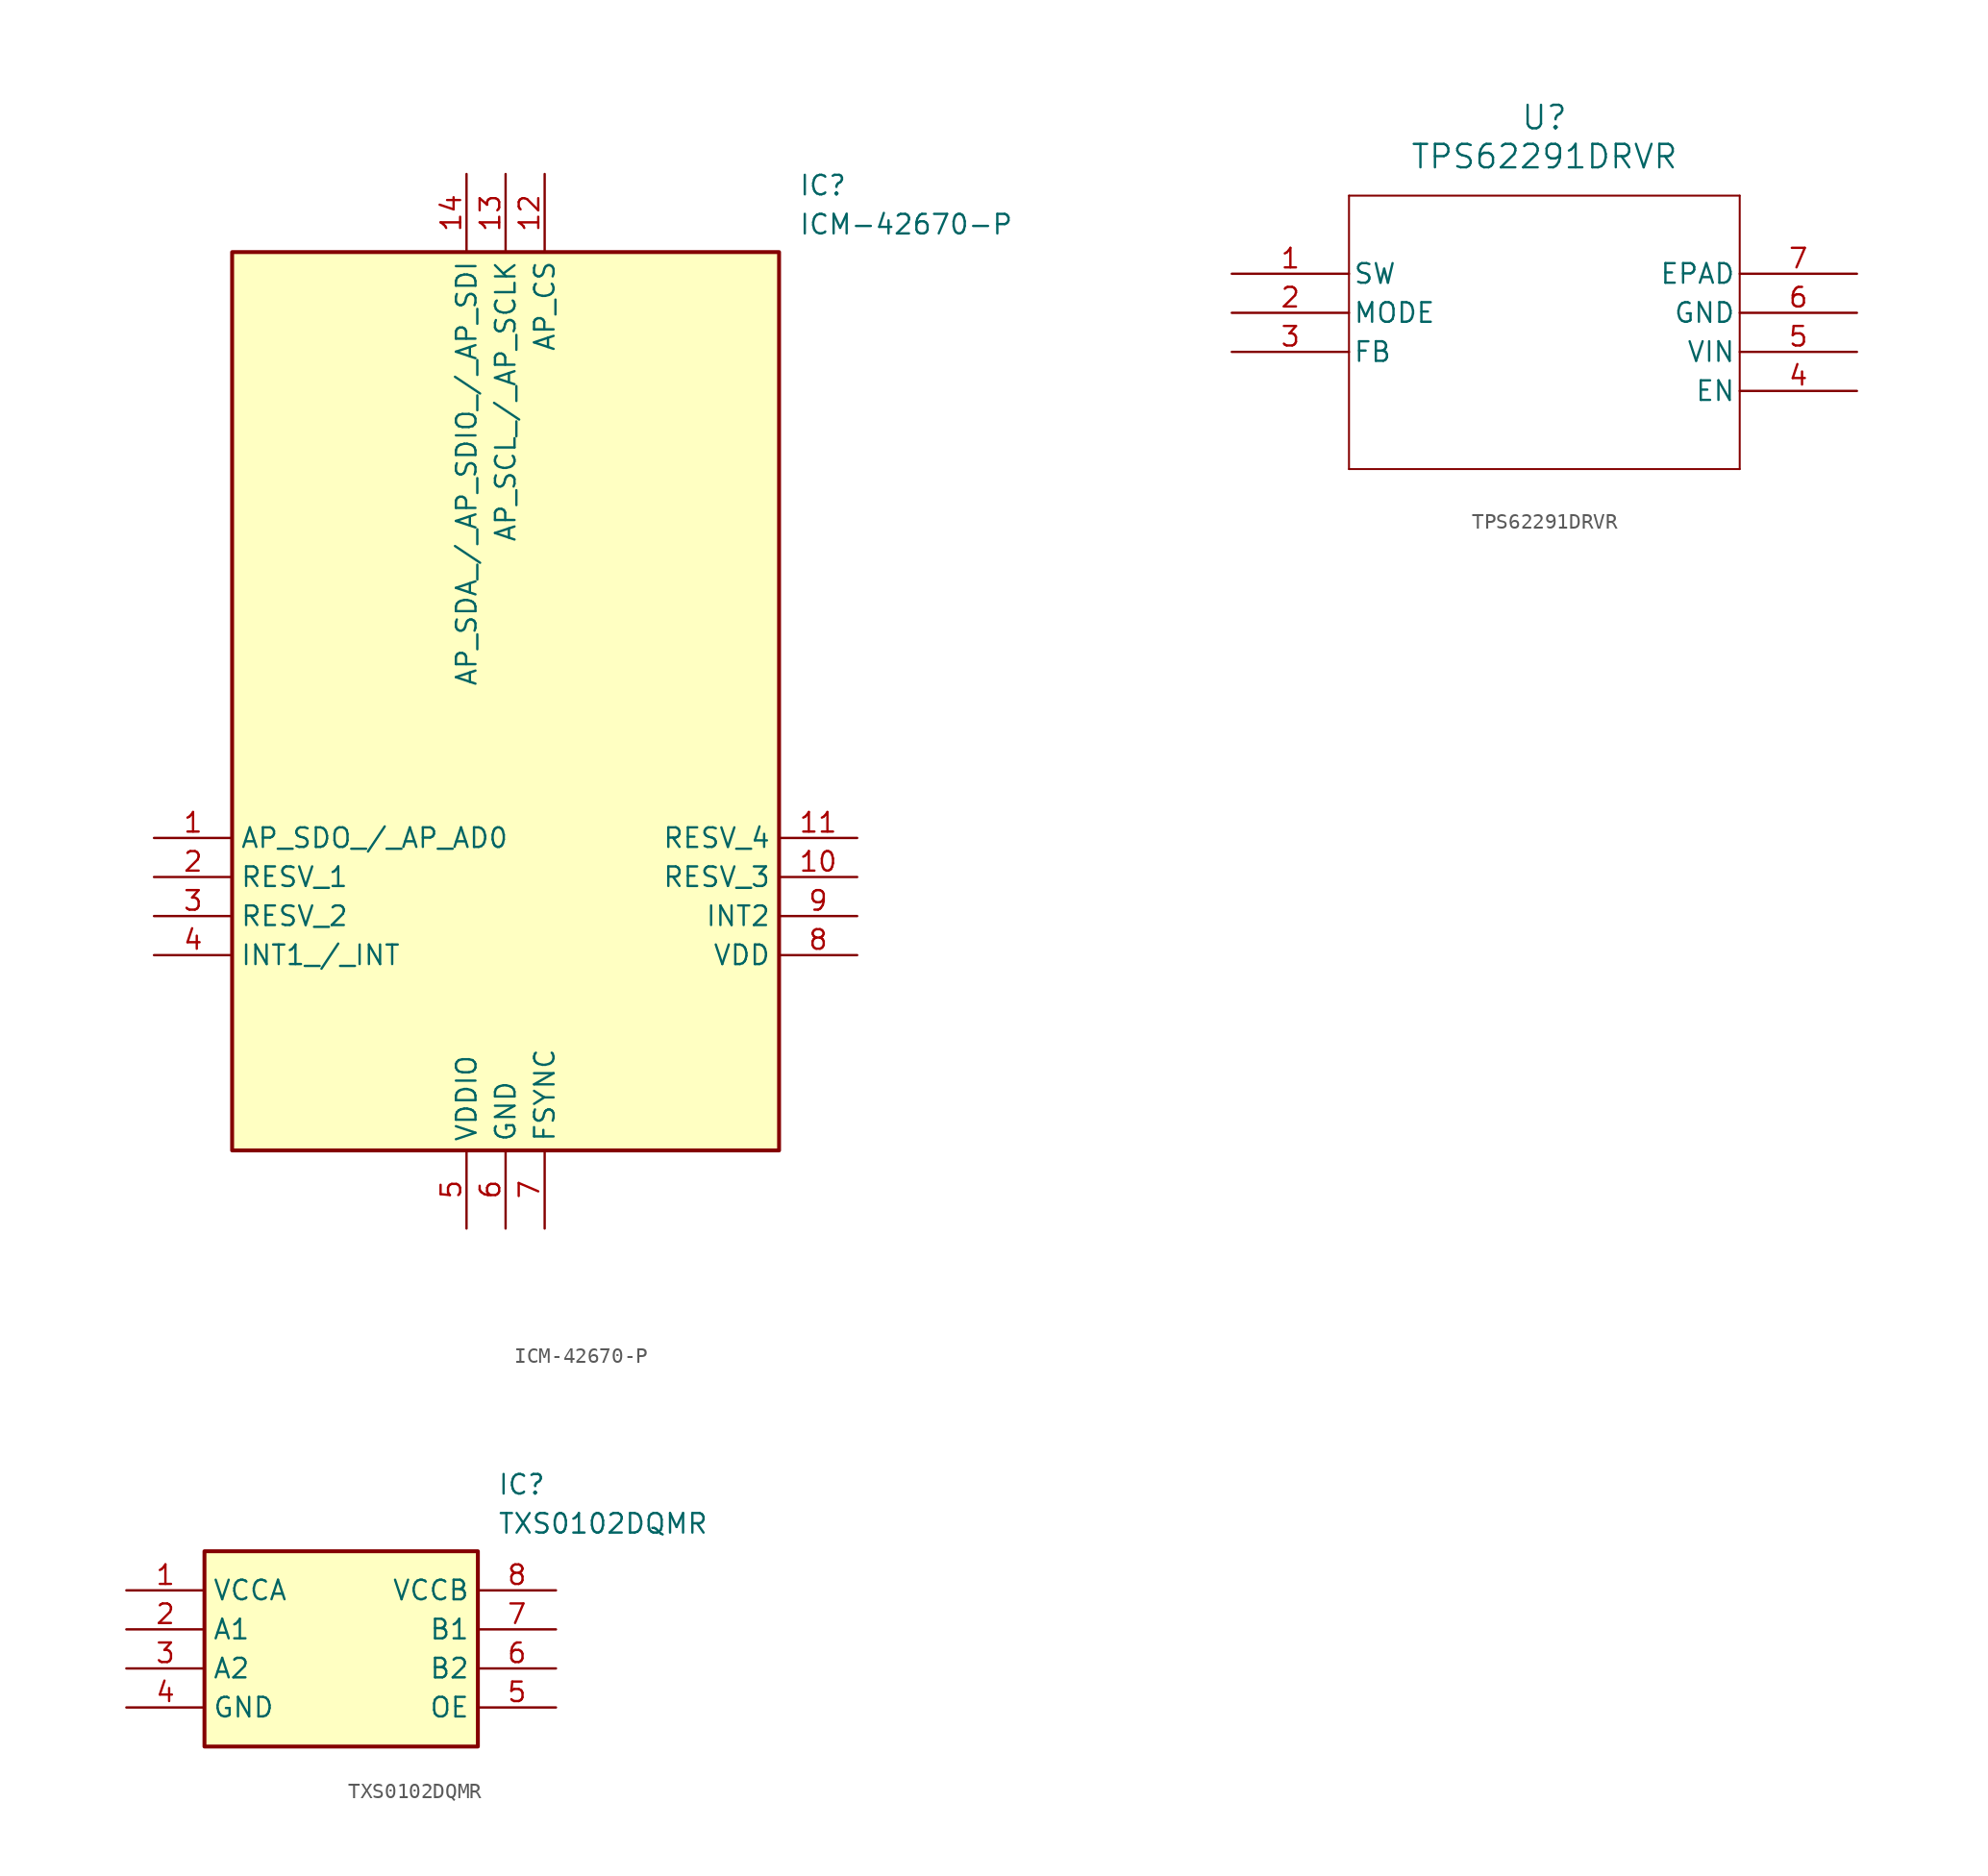
<source format=kicad_sym>
(kicad_symbol_lib
  (version 20231120)
  (generator "kicad_symbol_editor")
  (generator_version "8.0")
  (symbol "ICM-42670-P"
    (property "Reference" "IC"
      (at 41.91 43.18 0)
      (effects (font (size 1.27 1.27)) (justify left top)))
    (property "Value" "ICM-42670-P"
      (at 41.91 40.64 0)
      (effects (font (size 1.27 1.27)) (justify left top)))
    (symbol "ICM-42670-P_1_1"
      (rectangle (start 5.08 38.1) (end 40.64 -20.32) (stroke (width 0.254) (type default)) (fill (type background)))
      (pin passive line (at 0 0 0) (length 5.08) (name "AP_SDO_/_AP_AD0" (effects (font (size 1.27 1.27)))) (number "1" (effects (font (size 1.27 1.27)))))
      (pin passive line (at 45.72 -2.54 180) (length 5.08) (name "RESV_3" (effects (font (size 1.27 1.27)))) (number "10" (effects (font (size 1.27 1.27)))))
      (pin passive line (at 45.72 0 180) (length 5.08) (name "RESV_4" (effects (font (size 1.27 1.27)))) (number "11" (effects (font (size 1.27 1.27)))))
      (pin passive line (at 25.4 43.18 270) (length 5.08) (name "AP_CS" (effects (font (size 1.27 1.27)))) (number "12" (effects (font (size 1.27 1.27)))))
      (pin passive line (at 22.86 43.18 270) (length 5.08) (name "AP_SCL_/_AP_SCLK" (effects (font (size 1.27 1.27)))) (number "13" (effects (font (size 1.27 1.27)))))
      (pin passive line (at 20.32 43.18 270) (length 5.08) (name "AP_SDA_/_AP_SDIO_/_AP_SDI" (effects (font (size 1.27 1.27)))) (number "14" (effects (font (size 1.27 1.27)))))
      (pin passive line (at 0 -2.54 0) (length 5.08) (name "RESV_1" (effects (font (size 1.27 1.27)))) (number "2" (effects (font (size 1.27 1.27)))))
      (pin passive line (at 0 -5.08 0) (length 5.08) (name "RESV_2" (effects (font (size 1.27 1.27)))) (number "3" (effects (font (size 1.27 1.27)))))
      (pin passive line (at 0 -7.62 0) (length 5.08) (name "INT1_/_INT" (effects (font (size 1.27 1.27)))) (number "4" (effects (font (size 1.27 1.27)))))
      (pin passive line (at 20.32 -25.4 90) (length 5.08) (name "VDDIO" (effects (font (size 1.27 1.27)))) (number "5" (effects (font (size 1.27 1.27)))))
      (pin passive line (at 22.86 -25.4 90) (length 5.08) (name "GND" (effects (font (size 1.27 1.27)))) (number "6" (effects (font (size 1.27 1.27)))))
      (pin passive line (at 25.4 -25.4 90) (length 5.08) (name "FSYNC" (effects (font (size 1.27 1.27)))) (number "7" (effects (font (size 1.27 1.27)))))
      (pin passive line (at 45.72 -7.62 180) (length 5.08) (name "VDD" (effects (font (size 1.27 1.27)))) (number "8" (effects (font (size 1.27 1.27)))))
      (pin passive line (at 45.72 -5.08 180) (length 5.08) (name "INT2" (effects (font (size 1.27 1.27)))) (number "9" (effects (font (size 1.27 1.27)))))))
  (symbol "TPS62291DRVR"
    (pin_names
      (offset 0.254))
    (property "Reference" "U"
      (at 20.32 10.16 0)
      (effects (font (size 1.524 1.524))))
    (property "Value" "TPS62291DRVR"
      (at 20.32 7.62 0)
      (effects (font (size 1.524 1.524))))
    (property "ki_locked" ""
      (at 0 0 0)
      (effects (font (size 1.27 1.27))))
    (symbol "TPS62291DRVR_0_1"
      (polyline (pts (xy 7.62 -12.7) (xy 33.02 -12.7)) (stroke (width 0.127) (type default)) (fill (type none)))
      (polyline (pts (xy 7.62 5.08) (xy 7.62 -12.7)) (stroke (width 0.127) (type default)) (fill (type none)))
      (polyline (pts (xy 33.02 -12.7) (xy 33.02 5.08)) (stroke (width 0.127) (type default)) (fill (type none)))
      (polyline (pts (xy 33.02 5.08) (xy 7.62 5.08)) (stroke (width 0.127) (type default)) (fill (type none)))
      (pin output line (at 0 0 0) (length 7.62) (name "SW" (effects (font (size 1.27 1.27)))) (number "1" (effects (font (size 1.27 1.27)))))
      (pin input line (at 0 -2.54 0) (length 7.62) (name "MODE" (effects (font (size 1.27 1.27)))) (number "2" (effects (font (size 1.27 1.27)))))
      (pin input line (at 0 -5.08 0) (length 7.62) (name "FB" (effects (font (size 1.27 1.27)))) (number "3" (effects (font (size 1.27 1.27)))))
      (pin input line (at 40.64 -7.62 180) (length 7.62) (name "EN" (effects (font (size 1.27 1.27)))) (number "4" (effects (font (size 1.27 1.27)))))
      (pin power_in line (at 40.64 -5.08 180) (length 7.62) (name "VIN" (effects (font (size 1.27 1.27)))) (number "5" (effects (font (size 1.27 1.27)))))
      (pin power_in line (at 40.64 -2.54 180) (length 7.62) (name "GND" (effects (font (size 1.27 1.27)))) (number "6" (effects (font (size 1.27 1.27)))))
      (pin unspecified line (at 40.64 0 180) (length 7.62) (name "EPAD" (effects (font (size 1.27 1.27)))) (number "7" (effects (font (size 1.27 1.27)))))))
  (symbol "TXS0102DQMR"
    (property "Reference" "IC"
      (at 24.13 7.62 0)
      (effects (font (size 1.27 1.27)) (justify left top)))
    (property "Value" "TXS0102DQMR"
      (at 24.13 5.08 0)
      (effects (font (size 1.27 1.27)) (justify left top)))
    (symbol "TXS0102DQMR_1_1"
      (rectangle (start 5.08 2.54) (end 22.86 -10.16) (stroke (width 0.254) (type default)) (fill (type background)))
      (pin passive line (at 0 0 0) (length 5.08) (name "VCCA" (effects (font (size 1.27 1.27)))) (number "1" (effects (font (size 1.27 1.27)))))
      (pin passive line (at 0 -2.54 0) (length 5.08) (name "A1" (effects (font (size 1.27 1.27)))) (number "2" (effects (font (size 1.27 1.27)))))
      (pin passive line (at 0 -5.08 0) (length 5.08) (name "A2" (effects (font (size 1.27 1.27)))) (number "3" (effects (font (size 1.27 1.27)))))
      (pin passive line (at 0 -7.62 0) (length 5.08) (name "GND" (effects (font (size 1.27 1.27)))) (number "4" (effects (font (size 1.27 1.27)))))
      (pin passive line (at 27.94 -7.62 180) (length 5.08) (name "OE" (effects (font (size 1.27 1.27)))) (number "5" (effects (font (size 1.27 1.27)))))
      (pin passive line (at 27.94 -5.08 180) (length 5.08) (name "B2" (effects (font (size 1.27 1.27)))) (number "6" (effects (font (size 1.27 1.27)))))
      (pin passive line (at 27.94 -2.54 180) (length 5.08) (name "B1" (effects (font (size 1.27 1.27)))) (number "7" (effects (font (size 1.27 1.27)))))
      (pin passive line (at 27.94 0 180) (length 5.08) (name "VCCB" (effects (font (size 1.27 1.27)))) (number "8" (effects (font (size 1.27 1.27))))))))
</source>
